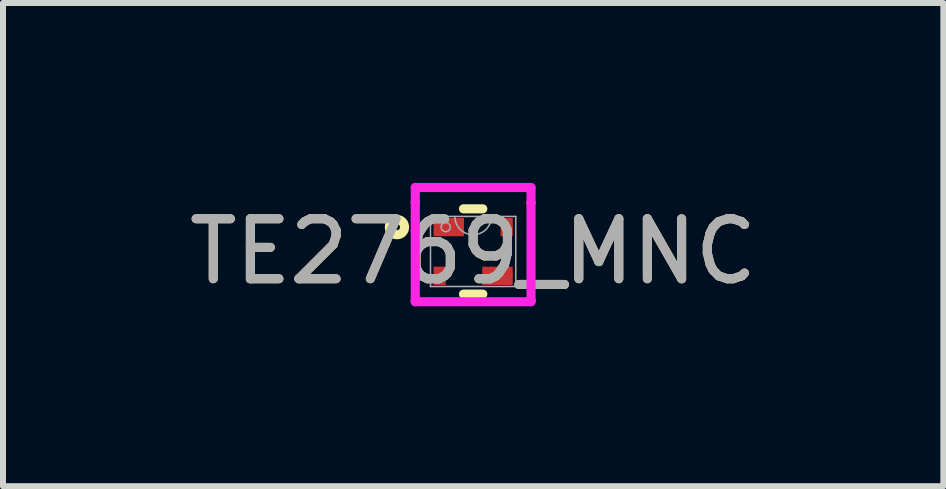
<source format=kicad_pcb>
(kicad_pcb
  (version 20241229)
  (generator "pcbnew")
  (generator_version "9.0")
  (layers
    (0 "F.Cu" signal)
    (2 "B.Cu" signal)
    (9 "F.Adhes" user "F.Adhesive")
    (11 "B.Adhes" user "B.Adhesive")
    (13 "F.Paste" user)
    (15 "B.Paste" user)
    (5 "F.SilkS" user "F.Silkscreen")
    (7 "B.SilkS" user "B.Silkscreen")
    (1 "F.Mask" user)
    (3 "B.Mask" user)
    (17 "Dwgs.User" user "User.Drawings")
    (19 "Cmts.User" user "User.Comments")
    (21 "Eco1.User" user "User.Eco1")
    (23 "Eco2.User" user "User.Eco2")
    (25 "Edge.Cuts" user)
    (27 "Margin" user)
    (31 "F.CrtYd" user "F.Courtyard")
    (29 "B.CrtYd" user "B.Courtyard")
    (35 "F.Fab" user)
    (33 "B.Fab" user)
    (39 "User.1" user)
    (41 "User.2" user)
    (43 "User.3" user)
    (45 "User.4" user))
  (footprint "TE2769_MNC"
    (layer "F.Cu")
    (at 4.839 1.143)
    (property "Reference" "TE2769_MNC" (at 0 0 0) (unlocked yes) (layer "F.SilkS") (effects (font (size 1 1) (thickness 0.15))))
    (attr smd)
    (fp_line (start -0.161 0.711) (end 0.161 0.711) (stroke (width 0.152) (type solid)) (layer "F.SilkS"))
    (fp_line (start 0.161 -0.711) (end -0.161 -0.711) (stroke (width 0.152) (type solid)) (layer "F.SilkS"))
    (fp_circle (center -1.27 -0.406) (end -1.143 -0.406) (stroke (width 0.152) (type solid)) (fill no) (layer "F.SilkS"))
    (fp_line (start -0.965 -1.067) (end 0.965 -1.067) (stroke (width 0.152) (type solid)) (layer "F.CrtYd"))
    (fp_line (start -0.965 -0.813) (end -0.965 -1.067) (stroke (width 0.152) (type solid)) (layer "F.CrtYd"))
    (fp_line (start -0.965 -0.813) (end -0.965 -0.813) (stroke (width 0.152) (type solid)) (layer "F.CrtYd"))
    (fp_line (start -0.965 0.813) (end -0.965 -0.813) (stroke (width 0.152) (type solid)) (layer "F.CrtYd"))
    (fp_line (start -0.965 0.813) (end -0.965 0.813) (stroke (width 0.152) (type solid)) (layer "F.CrtYd"))
    (fp_line (start -0.965 0.838) (end -0.965 0.813) (stroke (width 0.152) (type solid)) (layer "F.CrtYd"))
    (fp_line (start 0.965 -1.067) (end 0.965 -0.813) (stroke (width 0.152) (type solid)) (layer "F.CrtYd"))
    (fp_line (start 0.965 -0.813) (end 0.965 -0.813) (stroke (width 0.152) (type solid)) (layer "F.CrtYd"))
    (fp_line (start 0.965 -0.813) (end 0.965 0.813) (stroke (width 0.152) (type solid)) (layer "F.CrtYd"))
    (fp_line (start 0.965 0.813) (end 0.965 0.813) (stroke (width 0.152) (type solid)) (layer "F.CrtYd"))
    (fp_line (start 0.965 0.813) (end 0.965 0.838) (stroke (width 0.152) (type solid)) (layer "F.CrtYd"))
    (fp_line (start 0.965 0.838) (end -0.965 0.838) (stroke (width 0.152) (type solid)) (layer "F.CrtYd"))
    (fp_line (start -0.711 -0.584) (end -0.711 0.584) (stroke (width 0.025) (type solid)) (layer "F.Fab"))
    (fp_line (start -0.711 0.584) (end 0.711 0.584) (stroke (width 0.025) (type solid)) (layer "F.Fab"))
    (fp_line (start 0.711 -0.584) (end -0.711 -0.584) (stroke (width 0.025) (type solid)) (layer "F.Fab"))
    (fp_line (start 0.711 0.584) (end 0.711 -0.584) (stroke (width 0.025) (type solid)) (layer "F.Fab"))
    (fp_arc (start 0.3048 -0.5842) (mid 0 -0.2794) (end -0.3048 -0.5842) (stroke (width 0.0254) (type solid)) (layer "F.Fab"))
    (fp_circle (center -0.457 -0.406) (end -0.381 -0.406) (stroke (width 0.025) (type solid)) (fill no) (layer "F.Fab"))
    (fp_text user "${REFERENCE}" (at 0 0 0) (unlocked yes) (layer "F.Fab") (effects (font (size 1 1) (thickness 0.15))))
    (pad "1" smd rect (at -0.406 -0.406) (size 0.508 0.305) (layers "F.Cu" "F.Mask" "F.Paste"))
    (pad "2" smd rect (at 0.559 -0.406) (size 0.203 0.305) (layers "F.Cu" "F.Mask" "F.Paste"))
    (pad "3" smd rect (at 0.406 0.406) (size 0.508 0.305) (layers "F.Cu" "F.Mask" "F.Paste"))
    (pad "4" smd rect (at -0.559 0.406) (size 0.203 0.305) (layers "F.Cu" "F.Mask" "F.Paste")))
  (gr_rect
    (start -3 -3)
    (end 12.679 5.057)
    (stroke (width 0.1) (type default))
    (fill no)
    (layer "Edge.Cuts")))
</source>
